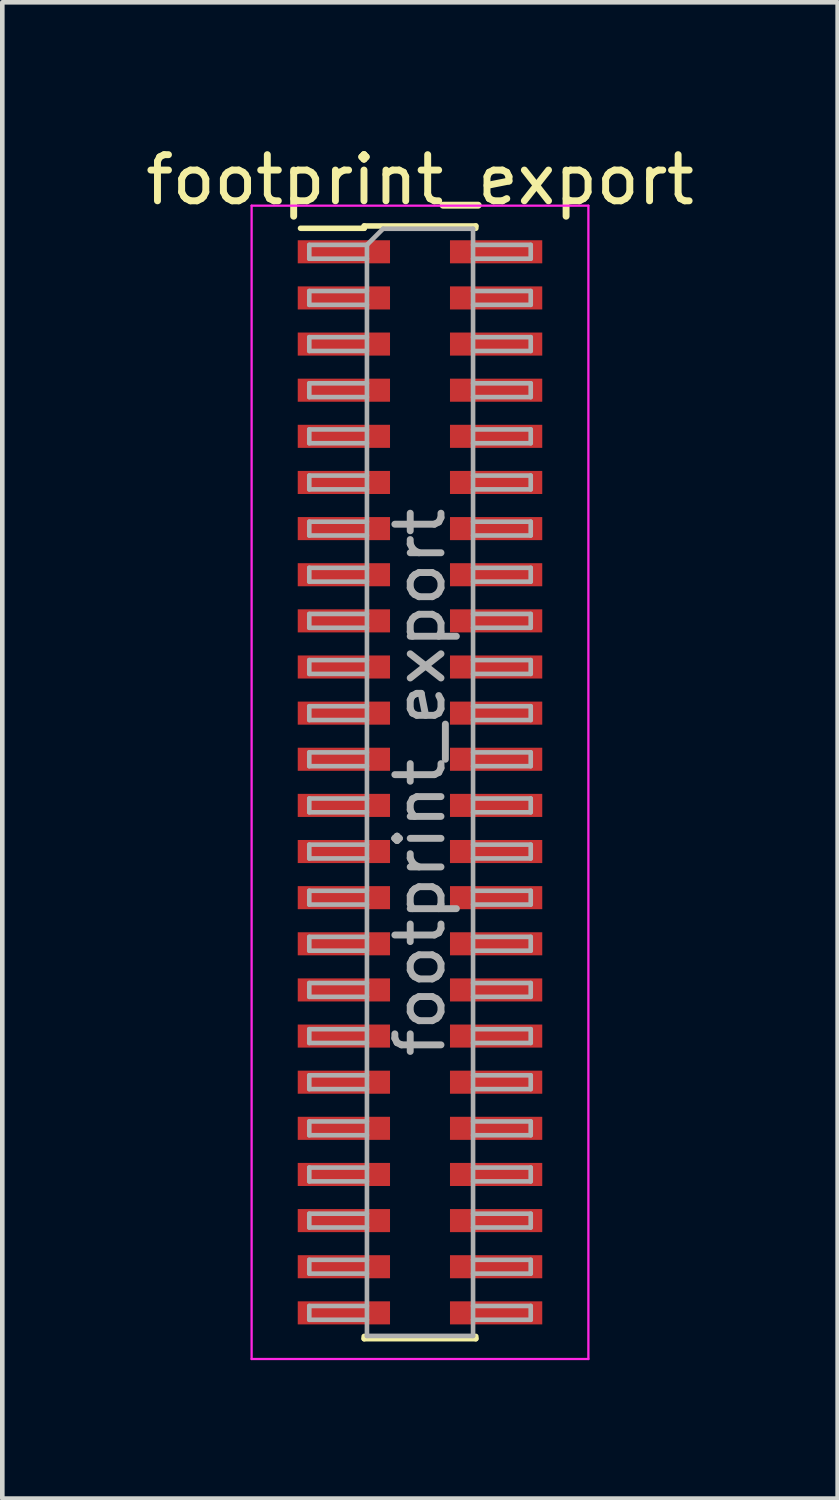
<source format=kicad_pcb>
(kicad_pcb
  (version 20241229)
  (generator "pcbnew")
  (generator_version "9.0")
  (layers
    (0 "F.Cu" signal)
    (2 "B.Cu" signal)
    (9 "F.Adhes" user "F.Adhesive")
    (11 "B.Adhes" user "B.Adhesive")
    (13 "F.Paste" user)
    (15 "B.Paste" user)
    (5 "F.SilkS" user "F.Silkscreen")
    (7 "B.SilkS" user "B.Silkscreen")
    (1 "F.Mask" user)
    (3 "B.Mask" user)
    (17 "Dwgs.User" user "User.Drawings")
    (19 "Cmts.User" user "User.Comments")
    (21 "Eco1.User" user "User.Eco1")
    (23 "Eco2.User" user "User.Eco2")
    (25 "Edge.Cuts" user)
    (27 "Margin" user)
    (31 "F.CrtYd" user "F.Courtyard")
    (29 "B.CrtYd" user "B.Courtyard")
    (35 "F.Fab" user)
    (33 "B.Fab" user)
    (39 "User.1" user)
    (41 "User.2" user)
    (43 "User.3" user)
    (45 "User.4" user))
  (footprint "footprint_export"
    (layer "F.Cu")
    (at 6.054 13.908)
    (property "Reference" "footprint_export" (at 0 -13.06 0) (layer "F.SilkS") (effects (font (size 1 1) (thickness 0.15))))
    (attr smd)
    (fp_line (start -2.59 -12.01) (end -1.21 -12.01) (stroke (width 0.12) (type solid)) (layer "F.SilkS"))
    (fp_line (start -1.21 -12.06) (end -1.21 -12.01) (stroke (width 0.12) (type solid)) (layer "F.SilkS"))
    (fp_line (start -1.21 -12.06) (end 1.21 -12.06) (stroke (width 0.12) (type solid)) (layer "F.SilkS"))
    (fp_line (start -1.21 12.01) (end -1.21 12.06) (stroke (width 0.12) (type solid)) (layer "F.SilkS"))
    (fp_line (start -1.21 12.06) (end 1.21 12.06) (stroke (width 0.12) (type solid)) (layer "F.SilkS"))
    (fp_line (start 1.21 -12.06) (end 1.21 -12.01) (stroke (width 0.12) (type solid)) (layer "F.SilkS"))
    (fp_line (start 1.21 12.01) (end 1.21 12.06) (stroke (width 0.12) (type solid)) (layer "F.SilkS"))
    (fp_line (start -3.65 -12.5) (end -3.65 12.5) (stroke (width 0.05) (type solid)) (layer "F.CrtYd"))
    (fp_line (start -3.65 12.5) (end 3.65 12.5) (stroke (width 0.05) (type solid)) (layer "F.CrtYd"))
    (fp_line (start 3.65 -12.5) (end -3.65 -12.5) (stroke (width 0.05) (type solid)) (layer "F.CrtYd"))
    (fp_line (start 3.65 12.5) (end 3.65 -12.5) (stroke (width 0.05) (type solid)) (layer "F.CrtYd"))
    (fp_line (start -2.4 -11.65) (end -2.4 -11.35) (stroke (width 0.1) (type solid)) (layer "F.Fab"))
    (fp_line (start -2.4 -11.35) (end -1.15 -11.35) (stroke (width 0.1) (type solid)) (layer "F.Fab"))
    (fp_line (start -2.4 -10.65) (end -2.4 -10.35) (stroke (width 0.1) (type solid)) (layer "F.Fab"))
    (fp_line (start -2.4 -10.35) (end -1.15 -10.35) (stroke (width 0.1) (type solid)) (layer "F.Fab"))
    (fp_line (start -2.4 -9.65) (end -2.4 -9.35) (stroke (width 0.1) (type solid)) (layer "F.Fab"))
    (fp_line (start -2.4 -9.35) (end -1.15 -9.35) (stroke (width 0.1) (type solid)) (layer "F.Fab"))
    (fp_line (start -2.4 -8.65) (end -2.4 -8.35) (stroke (width 0.1) (type solid)) (layer "F.Fab"))
    (fp_line (start -2.4 -8.35) (end -1.15 -8.35) (stroke (width 0.1) (type solid)) (layer "F.Fab"))
    (fp_line (start -2.4 -7.65) (end -2.4 -7.35) (stroke (width 0.1) (type solid)) (layer "F.Fab"))
    (fp_line (start -2.4 -7.35) (end -1.15 -7.35) (stroke (width 0.1) (type solid)) (layer "F.Fab"))
    (fp_line (start -2.4 -6.65) (end -2.4 -6.35) (stroke (width 0.1) (type solid)) (layer "F.Fab"))
    (fp_line (start -2.4 -6.35) (end -1.15 -6.35) (stroke (width 0.1) (type solid)) (layer "F.Fab"))
    (fp_line (start -2.4 -5.65) (end -2.4 -5.35) (stroke (width 0.1) (type solid)) (layer "F.Fab"))
    (fp_line (start -2.4 -5.35) (end -1.15 -5.35) (stroke (width 0.1) (type solid)) (layer "F.Fab"))
    (fp_line (start -2.4 -4.65) (end -2.4 -4.35) (stroke (width 0.1) (type solid)) (layer "F.Fab"))
    (fp_line (start -2.4 -4.35) (end -1.15 -4.35) (stroke (width 0.1) (type solid)) (layer "F.Fab"))
    (fp_line (start -2.4 -3.65) (end -2.4 -3.35) (stroke (width 0.1) (type solid)) (layer "F.Fab"))
    (fp_line (start -2.4 -3.35) (end -1.15 -3.35) (stroke (width 0.1) (type solid)) (layer "F.Fab"))
    (fp_line (start -2.4 -2.65) (end -2.4 -2.35) (stroke (width 0.1) (type solid)) (layer "F.Fab"))
    (fp_line (start -2.4 -2.35) (end -1.15 -2.35) (stroke (width 0.1) (type solid)) (layer "F.Fab"))
    (fp_line (start -2.4 -1.65) (end -2.4 -1.35) (stroke (width 0.1) (type solid)) (layer "F.Fab"))
    (fp_line (start -2.4 -1.35) (end -1.15 -1.35) (stroke (width 0.1) (type solid)) (layer "F.Fab"))
    (fp_line (start -2.4 -0.65) (end -2.4 -0.35) (stroke (width 0.1) (type solid)) (layer "F.Fab"))
    (fp_line (start -2.4 -0.35) (end -1.15 -0.35) (stroke (width 0.1) (type solid)) (layer "F.Fab"))
    (fp_line (start -2.4 0.35) (end -2.4 0.65) (stroke (width 0.1) (type solid)) (layer "F.Fab"))
    (fp_line (start -2.4 0.65) (end -1.15 0.65) (stroke (width 0.1) (type solid)) (layer "F.Fab"))
    (fp_line (start -2.4 1.35) (end -2.4 1.65) (stroke (width 0.1) (type solid)) (layer "F.Fab"))
    (fp_line (start -2.4 1.65) (end -1.15 1.65) (stroke (width 0.1) (type solid)) (layer "F.Fab"))
    (fp_line (start -2.4 2.35) (end -2.4 2.65) (stroke (width 0.1) (type solid)) (layer "F.Fab"))
    (fp_line (start -2.4 2.65) (end -1.15 2.65) (stroke (width 0.1) (type solid)) (layer "F.Fab"))
    (fp_line (start -2.4 3.35) (end -2.4 3.65) (stroke (width 0.1) (type solid)) (layer "F.Fab"))
    (fp_line (start -2.4 3.65) (end -1.15 3.65) (stroke (width 0.1) (type solid)) (layer "F.Fab"))
    (fp_line (start -2.4 4.35) (end -2.4 4.65) (stroke (width 0.1) (type solid)) (layer "F.Fab"))
    (fp_line (start -2.4 4.65) (end -1.15 4.65) (stroke (width 0.1) (type solid)) (layer "F.Fab"))
    (fp_line (start -2.4 5.35) (end -2.4 5.65) (stroke (width 0.1) (type solid)) (layer "F.Fab"))
    (fp_line (start -2.4 5.65) (end -1.15 5.65) (stroke (width 0.1) (type solid)) (layer "F.Fab"))
    (fp_line (start -2.4 6.35) (end -2.4 6.65) (stroke (width 0.1) (type solid)) (layer "F.Fab"))
    (fp_line (start -2.4 6.65) (end -1.15 6.65) (stroke (width 0.1) (type solid)) (layer "F.Fab"))
    (fp_line (start -2.4 7.35) (end -2.4 7.65) (stroke (width 0.1) (type solid)) (layer "F.Fab"))
    (fp_line (start -2.4 7.65) (end -1.15 7.65) (stroke (width 0.1) (type solid)) (layer "F.Fab"))
    (fp_line (start -2.4 8.35) (end -2.4 8.65) (stroke (width 0.1) (type solid)) (layer "F.Fab"))
    (fp_line (start -2.4 8.65) (end -1.15 8.65) (stroke (width 0.1) (type solid)) (layer "F.Fab"))
    (fp_line (start -2.4 9.35) (end -2.4 9.65) (stroke (width 0.1) (type solid)) (layer "F.Fab"))
    (fp_line (start -2.4 9.65) (end -1.15 9.65) (stroke (width 0.1) (type solid)) (layer "F.Fab"))
    (fp_line (start -2.4 10.35) (end -2.4 10.65) (stroke (width 0.1) (type solid)) (layer "F.Fab"))
    (fp_line (start -2.4 10.65) (end -1.15 10.65) (stroke (width 0.1) (type solid)) (layer "F.Fab"))
    (fp_line (start -2.4 11.35) (end -2.4 11.65) (stroke (width 0.1) (type solid)) (layer "F.Fab"))
    (fp_line (start -2.4 11.65) (end -1.15 11.65) (stroke (width 0.1) (type solid)) (layer "F.Fab"))
    (fp_line (start -1.15 -11.65) (end -2.4 -11.65) (stroke (width 0.1) (type solid)) (layer "F.Fab"))
    (fp_line (start -1.15 -11.65) (end -0.8 -12) (stroke (width 0.1) (type solid)) (layer "F.Fab"))
    (fp_line (start -1.15 -10.65) (end -2.4 -10.65) (stroke (width 0.1) (type solid)) (layer "F.Fab"))
    (fp_line (start -1.15 -9.65) (end -2.4 -9.65) (stroke (width 0.1) (type solid)) (layer "F.Fab"))
    (fp_line (start -1.15 -8.65) (end -2.4 -8.65) (stroke (width 0.1) (type solid)) (layer "F.Fab"))
    (fp_line (start -1.15 -7.65) (end -2.4 -7.65) (stroke (width 0.1) (type solid)) (layer "F.Fab"))
    (fp_line (start -1.15 -6.65) (end -2.4 -6.65) (stroke (width 0.1) (type solid)) (layer "F.Fab"))
    (fp_line (start -1.15 -5.65) (end -2.4 -5.65) (stroke (width 0.1) (type solid)) (layer "F.Fab"))
    (fp_line (start -1.15 -4.65) (end -2.4 -4.65) (stroke (width 0.1) (type solid)) (layer "F.Fab"))
    (fp_line (start -1.15 -3.65) (end -2.4 -3.65) (stroke (width 0.1) (type solid)) (layer "F.Fab"))
    (fp_line (start -1.15 -2.65) (end -2.4 -2.65) (stroke (width 0.1) (type solid)) (layer "F.Fab"))
    (fp_line (start -1.15 -1.65) (end -2.4 -1.65) (stroke (width 0.1) (type solid)) (layer "F.Fab"))
    (fp_line (start -1.15 -0.65) (end -2.4 -0.65) (stroke (width 0.1) (type solid)) (layer "F.Fab"))
    (fp_line (start -1.15 0.35) (end -2.4 0.35) (stroke (width 0.1) (type solid)) (layer "F.Fab"))
    (fp_line (start -1.15 1.35) (end -2.4 1.35) (stroke (width 0.1) (type solid)) (layer "F.Fab"))
    (fp_line (start -1.15 2.35) (end -2.4 2.35) (stroke (width 0.1) (type solid)) (layer "F.Fab"))
    (fp_line (start -1.15 3.35) (end -2.4 3.35) (stroke (width 0.1) (type solid)) (layer "F.Fab"))
    (fp_line (start -1.15 4.35) (end -2.4 4.35) (stroke (width 0.1) (type solid)) (layer "F.Fab"))
    (fp_line (start -1.15 5.35) (end -2.4 5.35) (stroke (width 0.1) (type solid)) (layer "F.Fab"))
    (fp_line (start -1.15 6.35) (end -2.4 6.35) (stroke (width 0.1) (type solid)) (layer "F.Fab"))
    (fp_line (start -1.15 7.35) (end -2.4 7.35) (stroke (width 0.1) (type solid)) (layer "F.Fab"))
    (fp_line (start -1.15 8.35) (end -2.4 8.35) (stroke (width 0.1) (type solid)) (layer "F.Fab"))
    (fp_line (start -1.15 9.35) (end -2.4 9.35) (stroke (width 0.1) (type solid)) (layer "F.Fab"))
    (fp_line (start -1.15 10.35) (end -2.4 10.35) (stroke (width 0.1) (type solid)) (layer "F.Fab"))
    (fp_line (start -1.15 11.35) (end -2.4 11.35) (stroke (width 0.1) (type solid)) (layer "F.Fab"))
    (fp_line (start -1.15 12) (end -1.15 -11.65) (stroke (width 0.1) (type solid)) (layer "F.Fab"))
    (fp_line (start -0.8 -12) (end 1.15 -12) (stroke (width 0.1) (type solid)) (layer "F.Fab"))
    (fp_line (start 1.15 -12) (end 1.15 12) (stroke (width 0.1) (type solid)) (layer "F.Fab"))
    (fp_line (start 1.15 -11.65) (end 2.4 -11.65) (stroke (width 0.1) (type solid)) (layer "F.Fab"))
    (fp_line (start 1.15 -10.65) (end 2.4 -10.65) (stroke (width 0.1) (type solid)) (layer "F.Fab"))
    (fp_line (start 1.15 -9.65) (end 2.4 -9.65) (stroke (width 0.1) (type solid)) (layer "F.Fab"))
    (fp_line (start 1.15 -8.65) (end 2.4 -8.65) (stroke (width 0.1) (type solid)) (layer "F.Fab"))
    (fp_line (start 1.15 -7.65) (end 2.4 -7.65) (stroke (width 0.1) (type solid)) (layer "F.Fab"))
    (fp_line (start 1.15 -6.65) (end 2.4 -6.65) (stroke (width 0.1) (type solid)) (layer "F.Fab"))
    (fp_line (start 1.15 -5.65) (end 2.4 -5.65) (stroke (width 0.1) (type solid)) (layer "F.Fab"))
    (fp_line (start 1.15 -4.65) (end 2.4 -4.65) (stroke (width 0.1) (type solid)) (layer "F.Fab"))
    (fp_line (start 1.15 -3.65) (end 2.4 -3.65) (stroke (width 0.1) (type solid)) (layer "F.Fab"))
    (fp_line (start 1.15 -2.65) (end 2.4 -2.65) (stroke (width 0.1) (type solid)) (layer "F.Fab"))
    (fp_line (start 1.15 -1.65) (end 2.4 -1.65) (stroke (width 0.1) (type solid)) (layer "F.Fab"))
    (fp_line (start 1.15 -0.65) (end 2.4 -0.65) (stroke (width 0.1) (type solid)) (layer "F.Fab"))
    (fp_line (start 1.15 0.35) (end 2.4 0.35) (stroke (width 0.1) (type solid)) (layer "F.Fab"))
    (fp_line (start 1.15 1.35) (end 2.4 1.35) (stroke (width 0.1) (type solid)) (layer "F.Fab"))
    (fp_line (start 1.15 2.35) (end 2.4 2.35) (stroke (width 0.1) (type solid)) (layer "F.Fab"))
    (fp_line (start 1.15 3.35) (end 2.4 3.35) (stroke (width 0.1) (type solid)) (layer "F.Fab"))
    (fp_line (start 1.15 4.35) (end 2.4 4.35) (stroke (width 0.1) (type solid)) (layer "F.Fab"))
    (fp_line (start 1.15 5.35) (end 2.4 5.35) (stroke (width 0.1) (type solid)) (layer "F.Fab"))
    (fp_line (start 1.15 6.35) (end 2.4 6.35) (stroke (width 0.1) (type solid)) (layer "F.Fab"))
    (fp_line (start 1.15 7.35) (end 2.4 7.35) (stroke (width 0.1) (type solid)) (layer "F.Fab"))
    (fp_line (start 1.15 8.35) (end 2.4 8.35) (stroke (width 0.1) (type solid)) (layer "F.Fab"))
    (fp_line (start 1.15 9.35) (end 2.4 9.35) (stroke (width 0.1) (type solid)) (layer "F.Fab"))
    (fp_line (start 1.15 10.35) (end 2.4 10.35) (stroke (width 0.1) (type solid)) (layer "F.Fab"))
    (fp_line (start 1.15 11.35) (end 2.4 11.35) (stroke (width 0.1) (type solid)) (layer "F.Fab"))
    (fp_line (start 1.15 12) (end -1.15 12) (stroke (width 0.1) (type solid)) (layer "F.Fab"))
    (fp_line (start 2.4 -11.65) (end 2.4 -11.35) (stroke (width 0.1) (type solid)) (layer "F.Fab"))
    (fp_line (start 2.4 -11.35) (end 1.15 -11.35) (stroke (width 0.1) (type solid)) (layer "F.Fab"))
    (fp_line (start 2.4 -10.65) (end 2.4 -10.35) (stroke (width 0.1) (type solid)) (layer "F.Fab"))
    (fp_line (start 2.4 -10.35) (end 1.15 -10.35) (stroke (width 0.1) (type solid)) (layer "F.Fab"))
    (fp_line (start 2.4 -9.65) (end 2.4 -9.35) (stroke (width 0.1) (type solid)) (layer "F.Fab"))
    (fp_line (start 2.4 -9.35) (end 1.15 -9.35) (stroke (width 0.1) (type solid)) (layer "F.Fab"))
    (fp_line (start 2.4 -8.65) (end 2.4 -8.35) (stroke (width 0.1) (type solid)) (layer "F.Fab"))
    (fp_line (start 2.4 -8.35) (end 1.15 -8.35) (stroke (width 0.1) (type solid)) (layer "F.Fab"))
    (fp_line (start 2.4 -7.65) (end 2.4 -7.35) (stroke (width 0.1) (type solid)) (layer "F.Fab"))
    (fp_line (start 2.4 -7.35) (end 1.15 -7.35) (stroke (width 0.1) (type solid)) (layer "F.Fab"))
    (fp_line (start 2.4 -6.65) (end 2.4 -6.35) (stroke (width 0.1) (type solid)) (layer "F.Fab"))
    (fp_line (start 2.4 -6.35) (end 1.15 -6.35) (stroke (width 0.1) (type solid)) (layer "F.Fab"))
    (fp_line (start 2.4 -5.65) (end 2.4 -5.35) (stroke (width 0.1) (type solid)) (layer "F.Fab"))
    (fp_line (start 2.4 -5.35) (end 1.15 -5.35) (stroke (width 0.1) (type solid)) (layer "F.Fab"))
    (fp_line (start 2.4 -4.65) (end 2.4 -4.35) (stroke (width 0.1) (type solid)) (layer "F.Fab"))
    (fp_line (start 2.4 -4.35) (end 1.15 -4.35) (stroke (width 0.1) (type solid)) (layer "F.Fab"))
    (fp_line (start 2.4 -3.65) (end 2.4 -3.35) (stroke (width 0.1) (type solid)) (layer "F.Fab"))
    (fp_line (start 2.4 -3.35) (end 1.15 -3.35) (stroke (width 0.1) (type solid)) (layer "F.Fab"))
    (fp_line (start 2.4 -2.65) (end 2.4 -2.35) (stroke (width 0.1) (type solid)) (layer "F.Fab"))
    (fp_line (start 2.4 -2.35) (end 1.15 -2.35) (stroke (width 0.1) (type solid)) (layer "F.Fab"))
    (fp_line (start 2.4 -1.65) (end 2.4 -1.35) (stroke (width 0.1) (type solid)) (layer "F.Fab"))
    (fp_line (start 2.4 -1.35) (end 1.15 -1.35) (stroke (width 0.1) (type solid)) (layer "F.Fab"))
    (fp_line (start 2.4 -0.65) (end 2.4 -0.35) (stroke (width 0.1) (type solid)) (layer "F.Fab"))
    (fp_line (start 2.4 -0.35) (end 1.15 -0.35) (stroke (width 0.1) (type solid)) (layer "F.Fab"))
    (fp_line (start 2.4 0.35) (end 2.4 0.65) (stroke (width 0.1) (type solid)) (layer "F.Fab"))
    (fp_line (start 2.4 0.65) (end 1.15 0.65) (stroke (width 0.1) (type solid)) (layer "F.Fab"))
    (fp_line (start 2.4 1.35) (end 2.4 1.65) (stroke (width 0.1) (type solid)) (layer "F.Fab"))
    (fp_line (start 2.4 1.65) (end 1.15 1.65) (stroke (width 0.1) (type solid)) (layer "F.Fab"))
    (fp_line (start 2.4 2.35) (end 2.4 2.65) (stroke (width 0.1) (type solid)) (layer "F.Fab"))
    (fp_line (start 2.4 2.65) (end 1.15 2.65) (stroke (width 0.1) (type solid)) (layer "F.Fab"))
    (fp_line (start 2.4 3.35) (end 2.4 3.65) (stroke (width 0.1) (type solid)) (layer "F.Fab"))
    (fp_line (start 2.4 3.65) (end 1.15 3.65) (stroke (width 0.1) (type solid)) (layer "F.Fab"))
    (fp_line (start 2.4 4.35) (end 2.4 4.65) (stroke (width 0.1) (type solid)) (layer "F.Fab"))
    (fp_line (start 2.4 4.65) (end 1.15 4.65) (stroke (width 0.1) (type solid)) (layer "F.Fab"))
    (fp_line (start 2.4 5.35) (end 2.4 5.65) (stroke (width 0.1) (type solid)) (layer "F.Fab"))
    (fp_line (start 2.4 5.65) (end 1.15 5.65) (stroke (width 0.1) (type solid)) (layer "F.Fab"))
    (fp_line (start 2.4 6.35) (end 2.4 6.65) (stroke (width 0.1) (type solid)) (layer "F.Fab"))
    (fp_line (start 2.4 6.65) (end 1.15 6.65) (stroke (width 0.1) (type solid)) (layer "F.Fab"))
    (fp_line (start 2.4 7.35) (end 2.4 7.65) (stroke (width 0.1) (type solid)) (layer "F.Fab"))
    (fp_line (start 2.4 7.65) (end 1.15 7.65) (stroke (width 0.1) (type solid)) (layer "F.Fab"))
    (fp_line (start 2.4 8.35) (end 2.4 8.65) (stroke (width 0.1) (type solid)) (layer "F.Fab"))
    (fp_line (start 2.4 8.65) (end 1.15 8.65) (stroke (width 0.1) (type solid)) (layer "F.Fab"))
    (fp_line (start 2.4 9.35) (end 2.4 9.65) (stroke (width 0.1) (type solid)) (layer "F.Fab"))
    (fp_line (start 2.4 9.65) (end 1.15 9.65) (stroke (width 0.1) (type solid)) (layer "F.Fab"))
    (fp_line (start 2.4 10.35) (end 2.4 10.65) (stroke (width 0.1) (type solid)) (layer "F.Fab"))
    (fp_line (start 2.4 10.65) (end 1.15 10.65) (stroke (width 0.1) (type solid)) (layer "F.Fab"))
    (fp_line (start 2.4 11.35) (end 2.4 11.65) (stroke (width 0.1) (type solid)) (layer "F.Fab"))
    (fp_line (start 2.4 11.65) (end 1.15 11.65) (stroke (width 0.1) (type solid)) (layer "F.Fab"))
    (fp_text user "${REFERENCE}" (at 0 0 90) (layer "F.Fab") (effects (font (size 1 1) (thickness 0.15))))
    (pad "1" smd rect (at -1.65 -11.5) (size 2 0.5) (layers "F.Cu" "F.Mask" "F.Paste"))
    (pad "2" smd rect (at 1.65 -11.5) (size 2 0.5) (layers "F.Cu" "F.Mask" "F.Paste"))
    (pad "3" smd rect (at -1.65 -10.5) (size 2 0.5) (layers "F.Cu" "F.Mask" "F.Paste"))
    (pad "4" smd rect (at 1.65 -10.5) (size 2 0.5) (layers "F.Cu" "F.Mask" "F.Paste"))
    (pad "5" smd rect (at -1.65 -9.5) (size 2 0.5) (layers "F.Cu" "F.Mask" "F.Paste"))
    (pad "6" smd rect (at 1.65 -9.5) (size 2 0.5) (layers "F.Cu" "F.Mask" "F.Paste"))
    (pad "7" smd rect (at -1.65 -8.5) (size 2 0.5) (layers "F.Cu" "F.Mask" "F.Paste"))
    (pad "8" smd rect (at 1.65 -8.5) (size 2 0.5) (layers "F.Cu" "F.Mask" "F.Paste"))
    (pad "9" smd rect (at -1.65 -7.5) (size 2 0.5) (layers "F.Cu" "F.Mask" "F.Paste"))
    (pad "10" smd rect (at 1.65 -7.5) (size 2 0.5) (layers "F.Cu" "F.Mask" "F.Paste"))
    (pad "11" smd rect (at -1.65 -6.5) (size 2 0.5) (layers "F.Cu" "F.Mask" "F.Paste"))
    (pad "12" smd rect (at 1.65 -6.5) (size 2 0.5) (layers "F.Cu" "F.Mask" "F.Paste"))
    (pad "13" smd rect (at -1.65 -5.5) (size 2 0.5) (layers "F.Cu" "F.Mask" "F.Paste"))
    (pad "14" smd rect (at 1.65 -5.5) (size 2 0.5) (layers "F.Cu" "F.Mask" "F.Paste"))
    (pad "15" smd rect (at -1.65 -4.5) (size 2 0.5) (layers "F.Cu" "F.Mask" "F.Paste"))
    (pad "16" smd rect (at 1.65 -4.5) (size 2 0.5) (layers "F.Cu" "F.Mask" "F.Paste"))
    (pad "17" smd rect (at -1.65 -3.5) (size 2 0.5) (layers "F.Cu" "F.Mask" "F.Paste"))
    (pad "18" smd rect (at 1.65 -3.5) (size 2 0.5) (layers "F.Cu" "F.Mask" "F.Paste"))
    (pad "19" smd rect (at -1.65 -2.5) (size 2 0.5) (layers "F.Cu" "F.Mask" "F.Paste"))
    (pad "20" smd rect (at 1.65 -2.5) (size 2 0.5) (layers "F.Cu" "F.Mask" "F.Paste"))
    (pad "21" smd rect (at -1.65 -1.5) (size 2 0.5) (layers "F.Cu" "F.Mask" "F.Paste"))
    (pad "22" smd rect (at 1.65 -1.5) (size 2 0.5) (layers "F.Cu" "F.Mask" "F.Paste"))
    (pad "23" smd rect (at -1.65 -0.5) (size 2 0.5) (layers "F.Cu" "F.Mask" "F.Paste"))
    (pad "24" smd rect (at 1.65 -0.5) (size 2 0.5) (layers "F.Cu" "F.Mask" "F.Paste"))
    (pad "25" smd rect (at -1.65 0.5) (size 2 0.5) (layers "F.Cu" "F.Mask" "F.Paste"))
    (pad "26" smd rect (at 1.65 0.5) (size 2 0.5) (layers "F.Cu" "F.Mask" "F.Paste"))
    (pad "27" smd rect (at -1.65 1.5) (size 2 0.5) (layers "F.Cu" "F.Mask" "F.Paste"))
    (pad "28" smd rect (at 1.65 1.5) (size 2 0.5) (layers "F.Cu" "F.Mask" "F.Paste"))
    (pad "29" smd rect (at -1.65 2.5) (size 2 0.5) (layers "F.Cu" "F.Mask" "F.Paste"))
    (pad "30" smd rect (at 1.65 2.5) (size 2 0.5) (layers "F.Cu" "F.Mask" "F.Paste"))
    (pad "31" smd rect (at -1.65 3.5) (size 2 0.5) (layers "F.Cu" "F.Mask" "F.Paste"))
    (pad "32" smd rect (at 1.65 3.5) (size 2 0.5) (layers "F.Cu" "F.Mask" "F.Paste"))
    (pad "33" smd rect (at -1.65 4.5) (size 2 0.5) (layers "F.Cu" "F.Mask" "F.Paste"))
    (pad "34" smd rect (at 1.65 4.5) (size 2 0.5) (layers "F.Cu" "F.Mask" "F.Paste"))
    (pad "35" smd rect (at -1.65 5.5) (size 2 0.5) (layers "F.Cu" "F.Mask" "F.Paste"))
    (pad "36" smd rect (at 1.65 5.5) (size 2 0.5) (layers "F.Cu" "F.Mask" "F.Paste"))
    (pad "37" smd rect (at -1.65 6.5) (size 2 0.5) (layers "F.Cu" "F.Mask" "F.Paste"))
    (pad "38" smd rect (at 1.65 6.5) (size 2 0.5) (layers "F.Cu" "F.Mask" "F.Paste"))
    (pad "39" smd rect (at -1.65 7.5) (size 2 0.5) (layers "F.Cu" "F.Mask" "F.Paste"))
    (pad "40" smd rect (at 1.65 7.5) (size 2 0.5) (layers "F.Cu" "F.Mask" "F.Paste"))
    (pad "41" smd rect (at -1.65 8.5) (size 2 0.5) (layers "F.Cu" "F.Mask" "F.Paste"))
    (pad "42" smd rect (at 1.65 8.5) (size 2 0.5) (layers "F.Cu" "F.Mask" "F.Paste"))
    (pad "43" smd rect (at -1.65 9.5) (size 2 0.5) (layers "F.Cu" "F.Mask" "F.Paste"))
    (pad "44" smd rect (at 1.65 9.5) (size 2 0.5) (layers "F.Cu" "F.Mask" "F.Paste"))
    (pad "45" smd rect (at -1.65 10.5) (size 2 0.5) (layers "F.Cu" "F.Mask" "F.Paste"))
    (pad "46" smd rect (at 1.65 10.5) (size 2 0.5) (layers "F.Cu" "F.Mask" "F.Paste"))
    (pad "47" smd rect (at -1.65 11.5) (size 2 0.5) (layers "F.Cu" "F.Mask" "F.Paste"))
    (pad "48" smd rect (at 1.65 11.5) (size 2 0.5) (layers "F.Cu" "F.Mask" "F.Paste")))
  (gr_rect
    (start -3 -3)
    (end 15.107 29.433)
    (stroke (width 0.1) (type default))
    (fill no)
    (layer "Edge.Cuts")))
</source>
